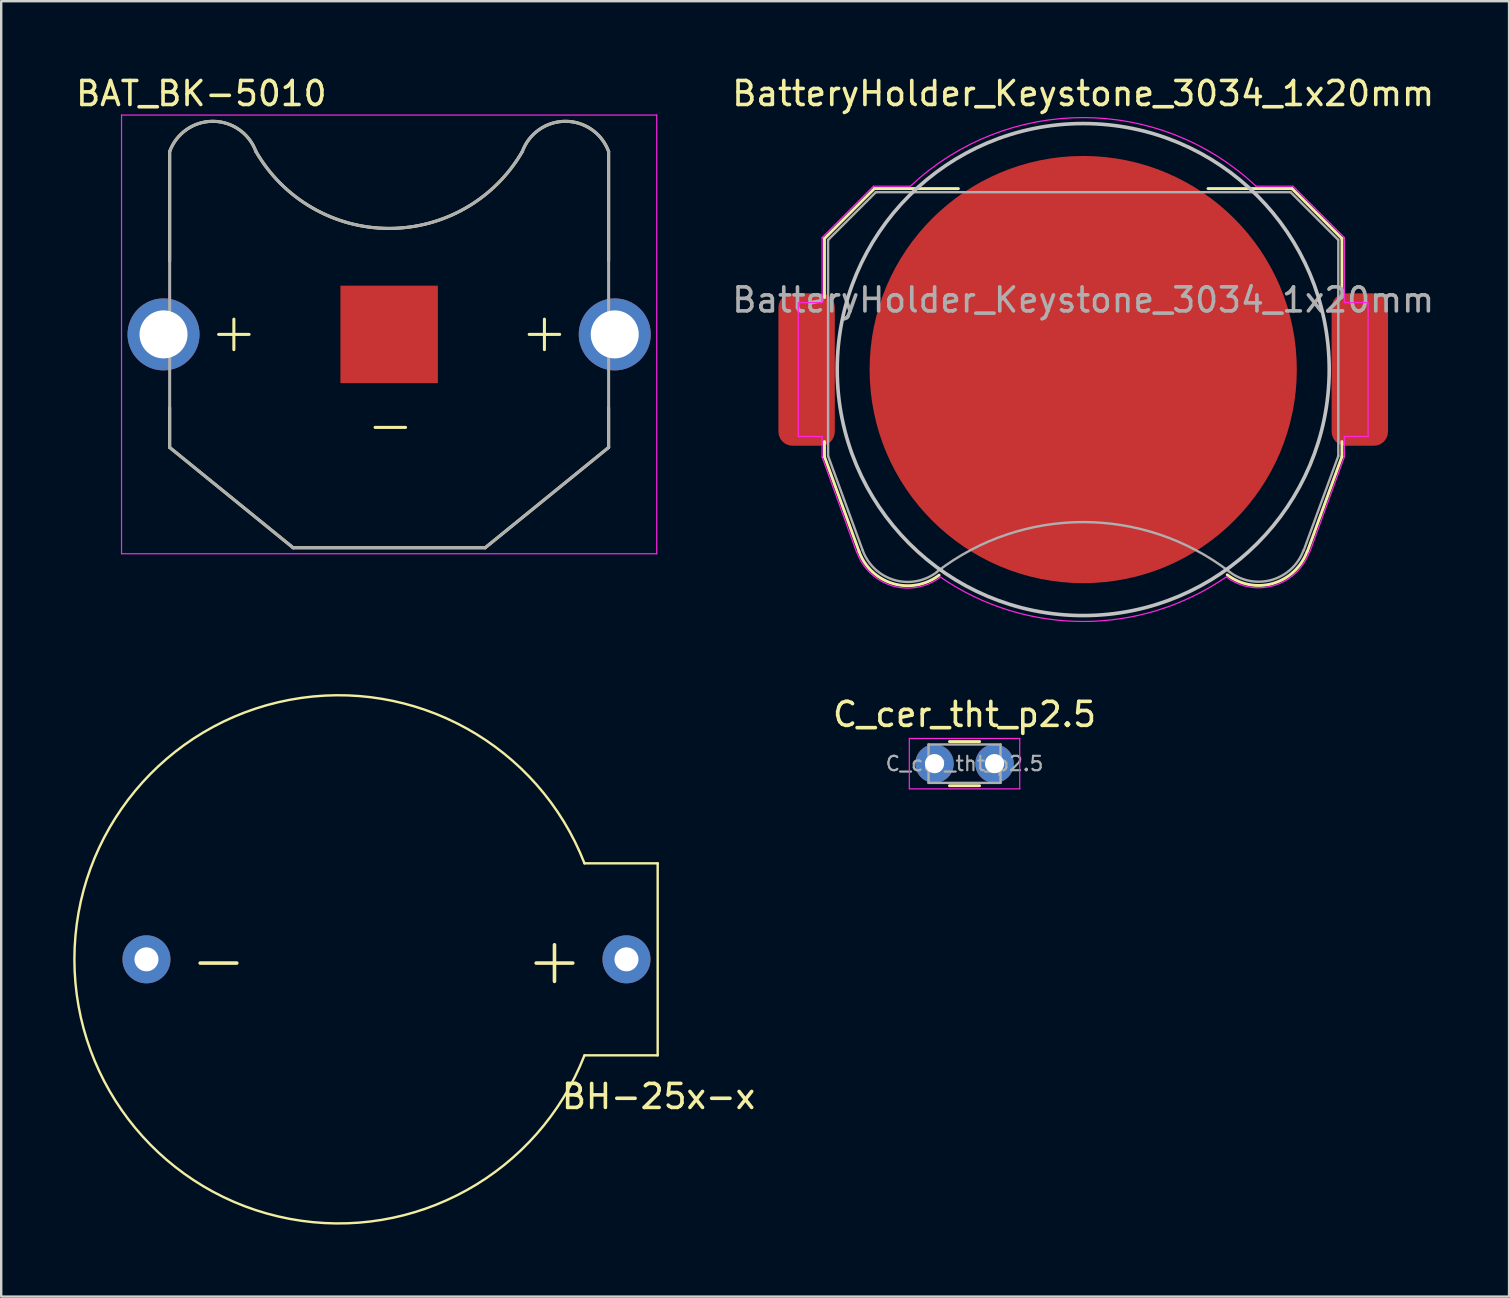
<source format=kicad_pcb>
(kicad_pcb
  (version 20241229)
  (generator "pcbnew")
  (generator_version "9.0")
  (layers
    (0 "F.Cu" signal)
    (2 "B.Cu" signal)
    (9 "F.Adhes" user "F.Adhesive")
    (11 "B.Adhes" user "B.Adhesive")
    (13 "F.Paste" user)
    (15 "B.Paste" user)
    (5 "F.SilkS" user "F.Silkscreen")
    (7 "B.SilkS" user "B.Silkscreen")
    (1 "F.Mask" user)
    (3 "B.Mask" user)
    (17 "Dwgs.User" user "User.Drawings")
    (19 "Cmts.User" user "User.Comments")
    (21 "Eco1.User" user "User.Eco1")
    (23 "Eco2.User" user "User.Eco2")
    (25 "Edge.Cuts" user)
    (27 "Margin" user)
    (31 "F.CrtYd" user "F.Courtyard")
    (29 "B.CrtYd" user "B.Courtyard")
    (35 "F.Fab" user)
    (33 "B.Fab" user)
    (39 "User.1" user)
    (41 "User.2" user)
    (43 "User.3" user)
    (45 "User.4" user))
  (footprint "BAT_BK-5010"
    (layer "F.Cu")
    (at 13.164 10.883)
    (property "Reference" "BAT_BK-5010" (at -7.825 -10.035 0) (layer "F.SilkS") (effects (font (size 1 1) (thickness 0.15))))
    (attr through_hole)
    (fp_line (start -9.145 -7.62) (end -9.145 -3.055) (stroke (width 0.127) (type solid)) (layer "F.SilkS"))
    (fp_line (start -9.145 3.055) (end -9.145 4.71) (stroke (width 0.127) (type solid)) (layer "F.SilkS"))
    (fp_line (start -9.145 4.71) (end -4 8.89) (stroke (width 0.127) (type solid)) (layer "F.SilkS"))
    (fp_line (start -7.105 0) (end -5.835 0) (stroke (width 0.127) (type solid)) (layer "F.SilkS"))
    (fp_line (start -6.47 -0.635) (end -6.47 0.635) (stroke (width 0.127) (type solid)) (layer "F.SilkS"))
    (fp_line (start -4 8.89) (end 4 8.89) (stroke (width 0.127) (type solid)) (layer "F.SilkS"))
    (fp_line (start -0.585 3.875) (end 0.685 3.875) (stroke (width 0.127) (type solid)) (layer "F.SilkS"))
    (fp_line (start 4 8.89) (end 9.145 4.71) (stroke (width 0.127) (type solid)) (layer "F.SilkS"))
    (fp_line (start 5.835 0) (end 7.105 0) (stroke (width 0.127) (type solid)) (layer "F.SilkS"))
    (fp_line (start 6.47 -0.635) (end 6.47 0.635) (stroke (width 0.127) (type solid)) (layer "F.SilkS"))
    (fp_line (start 9.145 -3.055) (end 9.145 -7.62) (stroke (width 0.127) (type solid)) (layer "F.SilkS"))
    (fp_line (start 9.145 4.71) (end 9.145 3.055) (stroke (width 0.127) (type solid)) (layer "F.SilkS"))
    (fp_arc (start -9.145 -7.62) (mid -7.3475 -8.878623) (end -5.55 -7.620001) (stroke (width 0.127) (type solid)) (layer "F.SilkS"))
    (fp_arc (start 5.55 -7.62) (mid 0 -4.415706) (end -5.55 -7.62) (stroke (width 0.127) (type solid)) (layer "F.SilkS"))
    (fp_arc (start 5.55 -7.62) (mid 7.3475 -8.878623) (end 9.145 -7.620001) (stroke (width 0.127) (type solid)) (layer "F.SilkS"))
    (fp_line (start -11.15 -9.14) (end -11.15 9.14) (stroke (width 0.05) (type solid)) (layer "F.CrtYd"))
    (fp_line (start -11.15 9.14) (end 11.15 9.14) (stroke (width 0.05) (type solid)) (layer "F.CrtYd"))
    (fp_line (start 11.15 -9.14) (end -11.15 -9.14) (stroke (width 0.05) (type solid)) (layer "F.CrtYd"))
    (fp_line (start 11.15 9.14) (end 11.15 -9.14) (stroke (width 0.05) (type solid)) (layer "F.CrtYd"))
    (fp_line (start -9.145 -7.62) (end -9.145 4.71) (stroke (width 0.127) (type solid)) (layer "F.Fab"))
    (fp_line (start -9.145 4.71) (end -4 8.89) (stroke (width 0.127) (type solid)) (layer "F.Fab"))
    (fp_line (start -4 8.89) (end 4 8.89) (stroke (width 0.127) (type solid)) (layer "F.Fab"))
    (fp_line (start 4 8.89) (end 9.145 4.71) (stroke (width 0.127) (type solid)) (layer "F.Fab"))
    (fp_line (start 9.145 4.71) (end 9.145 -7.62) (stroke (width 0.127) (type solid)) (layer "F.Fab"))
    (fp_arc (start -9.145 -7.62) (mid -7.3475 -8.878623) (end -5.55 -7.620001) (stroke (width 0.127) (type solid)) (layer "F.Fab"))
    (fp_arc (start 5.55 -7.62) (mid 0 -4.415706) (end -5.55 -7.62) (stroke (width 0.127) (type solid)) (layer "F.Fab"))
    (fp_arc (start 5.55 -7.62) (mid 7.3475 -8.878623) (end 9.145 -7.620001) (stroke (width 0.127) (type solid)) (layer "F.Fab"))
    (pad "-" smd rect (at 0 0) (size 4.06 4.06) (layers "F.Cu" "F.Mask" "F.Paste"))
    (pad "1+" thru_hole circle (at -9.4 0) (size 3 3) (drill 2) (layers "*.Cu" "*.Mask"))
    (pad "2+" thru_hole circle (at 9.4 0) (size 3 3) (drill 2) (layers "*.Cu" "*.Mask")))
  (footprint "C_cer_tht_p2.5"
    (layer "F.Cu")
    (at 35.888 28.768)
    (property "Reference" "C_cer_tht_p2.5" (at 1.25 -2.05 0) (layer "F.SilkS") (effects (font (size 1 1) (thickness 0.15))))
    (attr through_hole)
    (fp_line (start 0.621 -0.92) (end 1.879 -0.92) (stroke (width 0.12) (type solid)) (layer "F.SilkS"))
    (fp_line (start 0.621 0.92) (end 1.879 0.92) (stroke (width 0.12) (type solid)) (layer "F.SilkS"))
    (fp_line (start -1.05 -1.05) (end -1.05 1.05) (stroke (width 0.05) (type solid)) (layer "F.CrtYd"))
    (fp_line (start -1.05 1.05) (end 3.55 1.05) (stroke (width 0.05) (type solid)) (layer "F.CrtYd"))
    (fp_line (start 3.55 -1.05) (end -1.05 -1.05) (stroke (width 0.05) (type solid)) (layer "F.CrtYd"))
    (fp_line (start 3.55 1.05) (end 3.55 -1.05) (stroke (width 0.05) (type solid)) (layer "F.CrtYd"))
    (fp_line (start -0.25 -0.8) (end -0.25 0.8) (stroke (width 0.1) (type solid)) (layer "F.Fab"))
    (fp_line (start -0.25 0.8) (end 2.75 0.8) (stroke (width 0.1) (type solid)) (layer "F.Fab"))
    (fp_line (start 2.75 -0.8) (end -0.25 -0.8) (stroke (width 0.1) (type solid)) (layer "F.Fab"))
    (fp_line (start 2.75 0.8) (end 2.75 -0.8) (stroke (width 0.1) (type solid)) (layer "F.Fab"))
    (fp_text user "${REFERENCE}" (at 1.25 0 0) (layer "F.Fab") (effects (font (size 0.6 0.6) (thickness 0.09))))
    (pad "1" thru_hole circle (at 0 0) (size 1.6 1.6) (drill 0.8) (layers "*.Cu" "*.Mask"))
    (pad "2" thru_hole circle (at 2.5 0) (size 1.6 1.6) (drill 0.8) (layers "*.Cu" "*.Mask")))
  (footprint "BatteryHolder_Keystone_3034_1x20mm"
    (layer "F.Cu")
    (at 42.083 12.348)
    (property "Reference" "BatteryHolder_Keystone_3034_1x20mm" (at 0 -11.5 0) (layer "F.SilkS") (effects (font (size 1 1) (thickness 0.15))))
    (attr smd)
    (fp_line (start -10.78 -5.46) (end -10.78 -3) (stroke (width 0.12) (type solid)) (layer "F.SilkS"))
    (fp_line (start -10.78 3) (end -10.78 3.63) (stroke (width 0.12) (type solid)) (layer "F.SilkS"))
    (fp_line (start -10.78 3.63) (end -9.34 7.58) (stroke (width 0.12) (type solid)) (layer "F.SilkS"))
    (fp_line (start -8.7 -7.54) (end -10.78 -5.46) (stroke (width 0.12) (type solid)) (layer "F.SilkS"))
    (fp_line (start -5.2 -7.54) (end -8.7 -7.54) (stroke (width 0.12) (type solid)) (layer "F.SilkS"))
    (fp_line (start 8.7 -7.54) (end 5.2 -7.54) (stroke (width 0.12) (type solid)) (layer "F.SilkS"))
    (fp_line (start 8.7 -7.54) (end 10.78 -5.46) (stroke (width 0.12) (type solid)) (layer "F.SilkS"))
    (fp_line (start 10.78 -5.46) (end 10.78 -3) (stroke (width 0.12) (type solid)) (layer "F.SilkS"))
    (fp_line (start 10.78 3) (end 10.78 3.63) (stroke (width 0.12) (type solid)) (layer "F.SilkS"))
    (fp_line (start 10.78 3.63) (end 9.34 7.58) (stroke (width 0.12) (type solid)) (layer "F.SilkS"))
    (fp_arc (start -6.003354 8.56653) (mid -7.921654 8.918738) (end -9.34 7.58) (stroke (width 0.12) (type solid)) (layer "F.SilkS"))
    (fp_arc (start 9.325243 7.588169) (mid 7.90634 8.911668) (end 6 8.55) (stroke (width 0.12) (type solid)) (layer "F.SilkS"))
    (fp_circle (center 0 0) (end 0 10.25) (stroke (width 0.15) (type solid)) (fill no) (layer "Dwgs.User"))
    (fp_line (start -11.87 -2.79) (end -11.87 2.79) (stroke (width 0.05) (type solid)) (layer "F.CrtYd"))
    (fp_line (start -11.87 2.79) (end -10.88 2.79) (stroke (width 0.05) (type solid)) (layer "F.CrtYd"))
    (fp_line (start -10.88 -5.5) (end -10.88 -2.79) (stroke (width 0.05) (type solid)) (layer "F.CrtYd"))
    (fp_line (start -10.88 -2.79) (end -11.87 -2.79) (stroke (width 0.05) (type solid)) (layer "F.CrtYd"))
    (fp_line (start -10.88 2.79) (end -10.88 3.64) (stroke (width 0.05) (type solid)) (layer "F.CrtYd"))
    (fp_line (start -10.88 3.64) (end -9.44 7.62) (stroke (width 0.05) (type solid)) (layer "F.CrtYd"))
    (fp_line (start -8.74 -7.64) (end -10.88 -5.5) (stroke (width 0.05) (type solid)) (layer "F.CrtYd"))
    (fp_line (start -7.2 -7.64) (end -8.74 -7.64) (stroke (width 0.05) (type solid)) (layer "F.CrtYd"))
    (fp_line (start 8.74 -7.64) (end 7.2 -7.64) (stroke (width 0.05) (type solid)) (layer "F.CrtYd"))
    (fp_line (start 9.43 7.63) (end 10.88 3.64) (stroke (width 0.05) (type solid)) (layer "F.CrtYd"))
    (fp_line (start 10.88 -5.5) (end 8.74 -7.64) (stroke (width 0.05) (type solid)) (layer "F.CrtYd"))
    (fp_line (start 10.88 -2.79) (end 10.88 -5.5) (stroke (width 0.05) (type solid)) (layer "F.CrtYd"))
    (fp_line (start 10.88 2.79) (end 11.87 2.79) (stroke (width 0.05) (type solid)) (layer "F.CrtYd"))
    (fp_line (start 10.88 3.64) (end 10.88 2.79) (stroke (width 0.05) (type solid)) (layer "F.CrtYd"))
    (fp_line (start 11.87 -2.79) (end 10.88 -2.79) (stroke (width 0.05) (type solid)) (layer "F.CrtYd"))
    (fp_line (start 11.87 2.79) (end 11.87 -2.79) (stroke (width 0.05) (type solid)) (layer "F.CrtYd"))
    (fp_arc (start -7.199546 -7.640427) (mid 0.000312 -10.498075) (end 7.2 -7.64) (stroke (width 0.05) (type solid)) (layer "F.CrtYd"))
    (fp_arc (start -5.956965 8.654604) (mid -7.953941 9.011629) (end -9.43 7.62) (stroke (width 0.05) (type solid)) (layer "F.CrtYd"))
    (fp_arc (start 5.945368 8.650075) (mid -0.008883 10.496243) (end -5.96 8.64) (stroke (width 0.05) (type solid)) (layer "F.CrtYd"))
    (fp_arc (start 9.415144 7.621341) (mid 7.944017 9.000493) (end 5.96 8.64) (stroke (width 0.05) (type solid)) (layer "F.CrtYd"))
    (fp_line (start -10.63 -5.4) (end -8.64 -7.39) (stroke (width 0.1) (type solid)) (layer "F.Fab"))
    (fp_line (start -10.63 3.6) (end -10.63 -5.4) (stroke (width 0.1) (type solid)) (layer "F.Fab"))
    (fp_line (start -9.19 7.53) (end -10.63 3.6) (stroke (width 0.1) (type solid)) (layer "F.Fab"))
    (fp_line (start -8.64 -7.39) (end 8.64 -7.39) (stroke (width 0.1) (type solid)) (layer "F.Fab"))
    (fp_line (start 8.64 -7.39) (end 10.63 -5.4) (stroke (width 0.1) (type solid)) (layer "F.Fab"))
    (fp_line (start 10.63 -5.4) (end 10.63 3.6) (stroke (width 0.1) (type solid)) (layer "F.Fab"))
    (fp_line (start 10.63 3.6) (end 9.19 7.53) (stroke (width 0.1) (type solid)) (layer "F.Fab"))
    (fp_arc (start -6.096146 8.438508) (mid -7.87328 8.768206) (end -9.19 7.53) (stroke (width 0.1) (type solid)) (layer "F.Fab"))
    (fp_arc (start -6.094852 8.426043) (mid 0.003247 6.355257) (end 6.1 8.43) (stroke (width 0.1) (type solid)) (layer "F.Fab"))
    (fp_arc (start 9.180727 7.528882) (mid 7.868698 8.760067) (end 6.1 8.43) (stroke (width 0.1) (type solid)) (layer "F.Fab"))
    (fp_text user "${REFERENCE}" (at 0 -2.9 0) (layer "F.Fab") (effects (font (size 1 1) (thickness 0.15))))
    (pad "1" smd roundrect (at -11.525 0) (size 2.35 6.35) (layers "F.Cu" "F.Mask" "F.Paste") (roundrect_rratio 0.25))
    (pad "1" smd roundrect (at 11.525 0) (size 2.35 6.35) (layers "F.Cu" "F.Mask" "F.Paste") (roundrect_rratio 0.25))
    (pad "2" smd circle (at 0 0) (size 17.8 17.8) (layers "F.Cu" "F.Mask")))
  (footprint "BH-25x-x"
    (layer "F.Cu")
    (at 11.053 36.922)
    (property "Reference" "BH-25x-x" (at 13.335 5.715 0) (unlocked yes) (layer "F.SilkS") (effects (font (size 1 1) (thickness 0.15))))
    (attr through_hole)
    (fp_line (start 10.25 -4) (end 13.3 -4) (stroke (width 0.1) (type default)) (layer "F.SilkS"))
    (fp_line (start 13.3 -4) (end 13.3 4) (stroke (width 0.1) (type default)) (layer "F.SilkS"))
    (fp_line (start 13.3 4) (end 10.25 4) (stroke (width 0.1) (type default)) (layer "F.SilkS"))
    (fp_arc (start 10.249999 4) (mid -11.00284 0) (end 10.249999 -4) (stroke (width 0.1) (type default)) (layer "F.SilkS"))
    (fp_text user "-" (at -5 0 0) (unlocked yes) (layer "F.SilkS") (effects (font (size 2 2) (thickness 0.15))))
    (fp_text user "+" (at 9 0 0) (unlocked yes) (layer "F.SilkS") (effects (font (size 2 2) (thickness 0.15))))
    (pad "1" thru_hole circle (at 12 0) (size 2 2) (drill 1) (layers "*.Cu" "*.Mask"))
    (pad "2" thru_hole circle (at -8 0) (size 2 2) (drill 1) (layers "*.Cu" "*.Mask")))
  (gr_rect
    (start -3 -3)
    (end 59.827 50.975)
    (stroke (width 0.1) (type default))
    (fill no)
    (layer "Edge.Cuts")))
</source>
